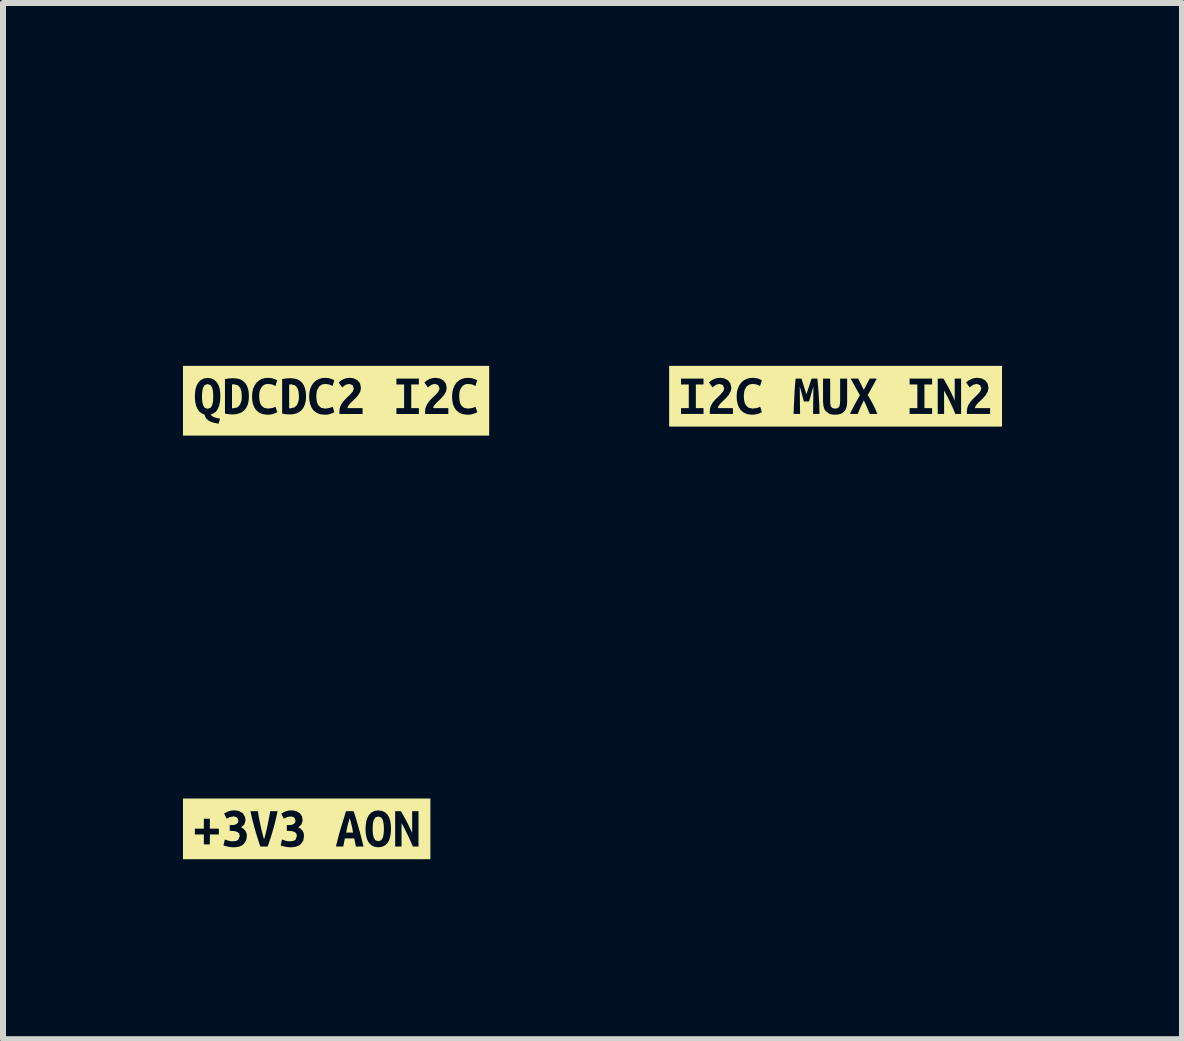
<source format=kicad_pcb>
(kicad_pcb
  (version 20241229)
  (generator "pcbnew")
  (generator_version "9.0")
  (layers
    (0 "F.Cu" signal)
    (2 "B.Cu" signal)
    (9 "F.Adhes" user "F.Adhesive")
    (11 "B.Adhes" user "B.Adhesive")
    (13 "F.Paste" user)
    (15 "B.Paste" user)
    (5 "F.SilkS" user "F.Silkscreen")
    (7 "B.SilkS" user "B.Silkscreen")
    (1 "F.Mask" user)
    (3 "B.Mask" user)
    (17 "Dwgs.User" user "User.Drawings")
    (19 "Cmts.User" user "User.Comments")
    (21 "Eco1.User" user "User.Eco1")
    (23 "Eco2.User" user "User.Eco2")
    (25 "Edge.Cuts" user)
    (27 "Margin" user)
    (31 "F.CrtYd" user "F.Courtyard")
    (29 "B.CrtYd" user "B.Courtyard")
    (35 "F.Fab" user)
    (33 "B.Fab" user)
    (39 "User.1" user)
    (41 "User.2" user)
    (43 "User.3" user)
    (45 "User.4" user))
  (footprint "kibuzzard-659D7295"
    (layer "F.Cu")
    (at 10.878 3.555)
    (property "Reference" "kibuzzard-659D7295" (at 0 -3.554 0) (layer "F.SilkS") (effects (font (size 0.001 0.001) (thickness 0.15))))
    (attr board_only exclude_from_pos_files exclude_from_bom)
    (fp_poly (pts (xy -2.576 -0.506) (xy -2.774 -0.506) (xy -2.774 0.506) (xy -2.576 0.506) (xy -2.576 0.295) (xy -2.576 0.198) (xy -2.447 0.198) (xy -2.447 -0.197) (xy -2.576 -0.197) (xy -2.576 -0.294) (xy -2.201 -0.294) (xy -2.201 -0.197) (xy -2.329 -0.197) (xy -2.329 0.198) (xy -2.201 0.198) (xy -2.201 0.295) (xy -2.576 0.295) (xy -2.576 0.506) (xy -1.711 0.506) (xy -1.711 0.295) (xy -2.095 0.295) (xy -2.098 0.271) (xy -2.097 0.251) (xy -2.093 0.206) (xy -2.08 0.164) (xy -2.06 0.125) (xy -2.035 0.09) (xy -2.007 0.057) (xy -1.977 0.027) (xy -1.947 -0.001) (xy -1.919 -0.029) (xy -1.874 -0.08) (xy -1.856 -0.13) (xy -1.878 -0.186) (xy -1.934 -0.206) (xy -1.992 -0.192) (xy -2.052 -0.148) (xy -2.11 -0.23) (xy -2.069 -0.264) (xy -2.022 -0.289) (xy -1.972 -0.303) (xy -1.922 -0.308) (xy -1.853 -0.297) (xy -1.794 -0.266) (xy -1.753 -0.213) (xy -1.737 -0.139) (xy -1.749 -0.08) (xy -1.779 -0.026) (xy -1.822 0.026) (xy -1.871 0.073) (xy -1.899 0.1) (xy -1.93 0.133) (xy -1.954 0.167) (xy -1.964 0.198) (xy -1.711 0.198) (xy -1.711 0.295) (xy -1.711 0.506) (xy -1.393 0.506) (xy -1.393 0.308) (xy -1.469 0.299) (xy -1.533 0.272) (xy -1.583 0.228) (xy -1.612 0.183) (xy -1.632 0.131) (xy -1.645 0.07) (xy -1.649 0) (xy -1.644 -0.069) (xy -1.629 -0.13) (xy -1.605 -0.183) (xy -1.573 -0.227) (xy -1.534 -0.262) (xy -1.488 -0.287) (xy -1.437 -0.303) (xy -1.381 -0.308) (xy -1.324 -0.302) (xy -1.28 -0.291) (xy -1.248 -0.276) (xy -1.229 -0.265) (xy -1.259 -0.171) (xy -1.312 -0.196) (xy -1.383 -0.206) (xy -1.437 -0.196) (xy -1.484 -0.162) (xy -1.517 -0.1) (xy -1.526 -0.056) (xy -1.53 -0.003) (xy -1.526 0.059) (xy -1.514 0.111) (xy -1.495 0.152) (xy -1.449 0.192) (xy -1.381 0.206) (xy -1.305 0.195) (xy -1.257 0.174) (xy -1.228 0.267) (xy -1.295 0.295) (xy -1.341 0.304) (xy -1.393 0.308) (xy -1.393 0.506) (xy -0.268 0.506) (xy -0.268 0.295) (xy -0.375 0.295) (xy -0.37 -0.163) (xy -0.442 0.087) (xy -0.528 0.087) (xy -0.597 -0.163) (xy -0.592 0.295) (xy -0.7 0.295) (xy -0.697 0.221) (xy -0.694 0.145) (xy -0.69 0.067) (xy -0.687 -0.01) (xy -0.683 -0.086) (xy -0.678 -0.16) (xy -0.672 -0.23) (xy -0.666 -0.294) (xy -0.569 -0.294) (xy -0.552 -0.243) (xy -0.531 -0.175) (xy -0.508 -0.102) (xy -0.486 -0.033) (xy -0.462 -0.106) (xy -0.438 -0.179) (xy -0.417 -0.244) (xy -0.4 -0.294) (xy -0.303 -0.294) (xy -0.296 -0.218) (xy -0.29 -0.144) (xy -0.284 -0.071) (xy -0.28 0.001) (xy -0.276 0.074) (xy -0.272 0.146) (xy -0.27 0.22) (xy -0.268 0.295) (xy -0.268 0.506) (xy -0.01 0.506) (xy -0.01 0.308) (xy -0.062 0.304) (xy -0.105 0.292) (xy -0.167 0.247) (xy -0.186 0.214) (xy -0.199 0.175) (xy -0.206 0.131) (xy -0.209 0.082) (xy -0.209 -0.294) (xy -0.09 -0.294) (xy -0.09 0.074) (xy -0.087 0.137) (xy -0.074 0.177) (xy -0.049 0.199) (xy -0.008 0.206) (xy 0.033 0.199) (xy 0.059 0.177) (xy 0.072 0.136) (xy 0.076 0.073) (xy 0.076 -0.294) (xy 0.193 -0.294) (xy 0.193 0.082) (xy 0.191 0.131) (xy 0.184 0.175) (xy 0.171 0.214) (xy 0.15 0.247) (xy 0.123 0.273) (xy 0.088 0.292) (xy 0.044 0.304) (xy -0.01 0.308) (xy -0.01 0.506) (xy 0.57 0.506) (xy 0.57 0.295) (xy 0.549 0.244) (xy 0.525 0.188) (xy 0.499 0.129) (xy 0.471 0.07) (xy 0.443 0.127) (xy 0.415 0.186) (xy 0.39 0.244) (xy 0.368 0.295) (xy 0.241 0.295) (xy 0.269 0.233) (xy 0.289 0.196) (xy 0.31 0.155) (xy 0.333 0.113) (xy 0.357 0.069) (xy 0.381 0.026) (xy 0.405 -0.016) (xy 0.251 -0.294) (xy 0.377 -0.294) (xy 0.471 -0.106) (xy 0.569 -0.294) (xy 0.687 -0.294) (xy 0.536 -0.019) (xy 0.562 0.023) (xy 0.587 0.067) (xy 0.611 0.111) (xy 0.633 0.154) (xy 0.653 0.195) (xy 0.671 0.233) (xy 0.696 0.295) (xy 0.57 0.295) (xy 0.57 0.506) (xy 1.234 0.506) (xy 1.234 0.295) (xy 1.234 0.198) (xy 1.363 0.198) (xy 1.363 -0.197) (xy 1.234 -0.197) (xy 1.234 -0.294) (xy 1.609 -0.294) (xy 1.609 -0.197) (xy 1.481 -0.197) (xy 1.481 0.198) (xy 1.609 0.198) (xy 1.609 0.295) (xy 1.234 0.295) (xy 1.234 0.506) (xy 1.997 0.506) (xy 1.997 0.295) (xy 1.97 0.23) (xy 1.941 0.165) (xy 1.91 0.1) (xy 1.878 0.034) (xy 1.844 -0.031) (xy 1.809 -0.096) (xy 1.809 0.295) (xy 1.703 0.295) (xy 1.703 -0.294) (xy 1.797 -0.294) (xy 1.824 -0.251) (xy 1.851 -0.203) (xy 1.877 -0.154) (xy 1.903 -0.106) (xy 1.927 -0.058) (xy 1.949 -0.011) (xy 1.969 0.031) (xy 1.986 0.069) (xy 1.986 -0.294) (xy 2.092 -0.294) (xy 2.092 0.295) (xy 1.997 0.295) (xy 1.997 0.506) (xy 2.576 0.506) (xy 2.576 0.295) (xy 2.191 0.295) (xy 2.188 0.271) (xy 2.189 0.251) (xy 2.193 0.206) (xy 2.206 0.164) (xy 2.226 0.125) (xy 2.251 0.09) (xy 2.279 0.057) (xy 2.309 0.027) (xy 2.339 -0.001) (xy 2.367 -0.029) (xy 2.412 -0.08) (xy 2.43 -0.13) (xy 2.408 -0.186) (xy 2.353 -0.206) (xy 2.295 -0.192) (xy 2.235 -0.148) (xy 2.176 -0.23) (xy 2.218 -0.264) (xy 2.265 -0.289) (xy 2.314 -0.303) (xy 2.364 -0.308) (xy 2.434 -0.297) (xy 2.493 -0.266) (xy 2.534 -0.213) (xy 2.549 -0.139) (xy 2.537 -0.08) (xy 2.507 -0.026) (xy 2.464 0.026) (xy 2.416 0.073) (xy 2.387 0.1) (xy 2.356 0.133) (xy 2.332 0.167) (xy 2.322 0.198) (xy 2.576 0.198) (xy 2.576 0.295) (xy 2.576 0.506) (xy 2.774 0.506) (xy 2.774 -0.506) (xy 2.576 -0.506) (xy -2.576 -0.506)) (stroke (width 0) (type solid)) (fill yes) (layer "F.SilkS")))
  (footprint "kibuzzard-659E9D4D"
    (layer "F.Cu")
    (at 2.062 10.766)
    (property "Reference" "kibuzzard-659E9D4D" (at 0 -3.554 0) (layer "F.SilkS") (effects (font (size 0.001 0.001) (thickness 0.15))))
    (attr board_only exclude_from_pos_files exclude_from_bom)
    (fp_poly (pts (xy 0.716 -0.18) (xy 0.699 -0.117) (xy 0.683 -0.058) (xy 0.67 0.001) (xy 0.658 0.062) (xy 0.773 0.062) (xy 0.762 0.001) (xy 0.749 -0.058) (xy 0.734 -0.117) (xy 0.716 -0.18)) (stroke (width 0) (type solid)) (fill yes) (layer "F.SilkS"))
    (fp_poly (pts (xy 1.1 0) (xy 1.101 0.042) (xy 1.103 0.08) (xy 1.117 0.146) (xy 1.145 0.19) (xy 1.193 0.206) (xy 1.242 0.19) (xy 1.27 0.145) (xy 1.283 0.08) (xy 1.286 0.041) (xy 1.287 0) (xy 1.286 -0.042) (xy 1.283 -0.08) (xy 1.27 -0.146) (xy 1.242 -0.19) (xy 1.193 -0.206) (xy 1.145 -0.19) (xy 1.117 -0.145) (xy 1.103 -0.08) (xy 1.101 -0.041) (xy 1.1 0)) (stroke (width 0) (type solid)) (fill yes) (layer "F.SilkS"))
    (fp_poly (pts (xy -1.864 -0.506) (xy -2.062 -0.506) (xy -2.062 0.506) (xy -1.864 0.506) (xy -1.614 0.506) (xy -1.614 0.259) (xy -1.714 0.259) (xy -1.714 0.093) (xy -1.864 0.093) (xy -1.864 -0.003) (xy -1.714 -0.003) (xy -1.714 -0.169) (xy -1.614 -0.169) (xy -1.614 -0.003) (xy -1.464 -0.003) (xy -1.464 0.093) (xy -1.614 0.093) (xy -1.614 0.259) (xy -1.614 0.506) (xy -1.223 0.506) (xy -1.223 0.308) (xy -1.269 0.304) (xy -1.316 0.296) (xy -1.357 0.286) (xy -1.387 0.275) (xy -1.364 0.177) (xy -1.307 0.197) (xy -1.269 0.205) (xy -1.224 0.208) (xy -1.173 0.201) (xy -1.14 0.182) (xy -1.115 0.118) (xy -1.125 0.078) (xy -1.153 0.053) (xy -1.195 0.039) (xy -1.247 0.034) (xy -1.283 0.034) (xy -1.283 -0.063) (xy -1.239 -0.063) (xy -1.203 -0.067) (xy -1.171 -0.079) (xy -1.147 -0.102) (xy -1.138 -0.138) (xy -1.158 -0.189) (xy -1.212 -0.208) (xy -1.278 -0.197) (xy -1.334 -0.17) (xy -1.376 -0.255) (xy -1.308 -0.29) (xy -1.263 -0.303) (xy -1.213 -0.308) (xy -1.166 -0.305) (xy -1.126 -0.295) (xy -1.066 -0.261) (xy -1.031 -0.208) (xy -1.019 -0.142) (xy -1.039 -0.074) (xy -1.093 -0.025) (xy -1.052 -0.001) (xy -1.022 0.031) (xy -1.003 0.072) (xy -0.996 0.12) (xy -1.01 0.195) (xy -1.051 0.255) (xy -1.082 0.277) (xy -1.121 0.294) (xy -1.168 0.304) (xy -1.223 0.308) (xy -1.223 0.506) (xy -0.772 0.506) (xy -0.772 0.295) (xy -0.796 0.225) (xy -0.821 0.147) (xy -0.838 0.091) (xy -0.854 0.036) (xy -0.87 -0.019) (xy -0.884 -0.072) (xy -0.898 -0.124) (xy -0.911 -0.174) (xy -0.926 -0.241) (xy -0.937 -0.294) (xy -0.813 -0.294) (xy -0.806 -0.245) (xy -0.796 -0.188) (xy -0.784 -0.127) (xy -0.771 -0.063) (xy -0.757 0.000476) (xy -0.742 0.063) (xy -0.726 0.123) (xy -0.711 0.175) (xy -0.695 0.123) (xy -0.68 0.064) (xy -0.665 0.001) (xy -0.652 -0.062) (xy -0.639 -0.126) (xy -0.627 -0.188) (xy -0.616 -0.245) (xy -0.608 -0.294) (xy -0.485 -0.294) (xy -0.498 -0.234) (xy -0.513 -0.167) (xy -0.531 -0.094) (xy -0.551 -0.019) (xy -0.566 0.033) (xy -0.582 0.086) (xy -0.598 0.14) (xy -0.616 0.193) (xy -0.633 0.245) (xy -0.652 0.295) (xy -0.772 0.295) (xy -0.772 0.506) (xy -0.271 0.506) (xy -0.271 0.308) (xy -0.317 0.304) (xy -0.363 0.296) (xy -0.405 0.286) (xy -0.434 0.275) (xy -0.411 0.177) (xy -0.355 0.197) (xy -0.317 0.205) (xy -0.271 0.208) (xy -0.22 0.201) (xy -0.187 0.182) (xy -0.163 0.118) (xy -0.172 0.078) (xy -0.2 0.053) (xy -0.242 0.039) (xy -0.294 0.034) (xy -0.331 0.034) (xy -0.331 -0.063) (xy -0.287 -0.063) (xy -0.251 -0.067) (xy -0.218 -0.079) (xy -0.195 -0.102) (xy -0.186 -0.138) (xy -0.205 -0.189) (xy -0.259 -0.208) (xy -0.325 -0.197) (xy -0.382 -0.17) (xy -0.424 -0.255) (xy -0.356 -0.29) (xy -0.311 -0.303) (xy -0.26 -0.308) (xy -0.214 -0.305) (xy -0.174 -0.295) (xy -0.113 -0.261) (xy -0.078 -0.208) (xy -0.067 -0.142) (xy -0.087 -0.074) (xy -0.14 -0.025) (xy -0.099 -0.001) (xy -0.069 0.031) (xy -0.05 0.072) (xy -0.044 0.12) (xy -0.057 0.195) (xy -0.098 0.255) (xy -0.13 0.277) (xy -0.169 0.294) (xy -0.216 0.304) (xy -0.271 0.308) (xy -0.271 0.506) (xy 0.821 0.506) (xy 0.821 0.295) (xy 0.793 0.159) (xy 0.636 0.159) (xy 0.61 0.295) (xy 0.488 0.295) (xy 0.504 0.227) (xy 0.521 0.161) (xy 0.538 0.097) (xy 0.555 0.036) (xy 0.572 -0.022) (xy 0.594 -0.093) (xy 0.615 -0.162) (xy 0.635 -0.229) (xy 0.655 -0.294) (xy 0.783 -0.294) (xy 0.804 -0.229) (xy 0.825 -0.161) (xy 0.846 -0.091) (xy 0.866 -0.02) (xy 0.883 0.04) (xy 0.899 0.101) (xy 0.915 0.164) (xy 0.931 0.228) (xy 0.947 0.295) (xy 0.821 0.295) (xy 0.821 0.506) (xy 1.194 0.506) (xy 1.194 0.308) (xy 1.131 0.299) (xy 1.078 0.273) (xy 1.036 0.23) (xy 1.012 0.187) (xy 0.995 0.134) (xy 0.984 0.072) (xy 0.981 0) (xy 0.985 -0.072) (xy 0.995 -0.134) (xy 1.013 -0.187) (xy 1.037 -0.23) (xy 1.08 -0.273) (xy 1.132 -0.299) (xy 1.193 -0.308) (xy 1.257 -0.299) (xy 1.31 -0.273) (xy 1.352 -0.23) (xy 1.375 -0.187) (xy 1.392 -0.134) (xy 1.402 -0.072) (xy 1.406 0) (xy 1.402 0.072) (xy 1.392 0.134) (xy 1.375 0.187) (xy 1.351 0.23) (xy 1.309 0.273) (xy 1.257 0.299) (xy 1.194 0.308) (xy 1.194 0.506) (xy 1.77 0.506) (xy 1.77 0.295) (xy 1.742 0.23) (xy 1.713 0.165) (xy 1.683 0.1) (xy 1.65 0.034) (xy 1.617 -0.031) (xy 1.581 -0.096) (xy 1.581 0.295) (xy 1.475 0.295) (xy 1.475 -0.294) (xy 1.57 -0.294) (xy 1.596 -0.251) (xy 1.623 -0.203) (xy 1.649 -0.154) (xy 1.675 -0.106) (xy 1.699 -0.058) (xy 1.722 -0.011) (xy 1.742 0.031) (xy 1.758 0.069) (xy 1.758 -0.294) (xy 1.864 -0.294) (xy 1.864 0.295) (xy 1.77 0.295) (xy 1.77 0.506) (xy 1.864 0.506) (xy 2.062 0.506) (xy 2.062 -0.506) (xy 1.864 -0.506) (xy -1.864 -0.506)) (stroke (width 0) (type solid)) (fill yes) (layer "F.SilkS")))
  (footprint "kibuzzard-659D7203"
    (layer "F.Cu")
    (at 2.552 3.63)
    (property "Reference" "kibuzzard-659D7203" (at 0 -3.629 0) (layer "F.SilkS") (effects (font (size 0.001 0.001) (thickness 0.15))))
    (attr board_only exclude_from_pos_files exclude_from_bom)
    (fp_poly (pts (xy -1.735 0.125) (xy -1.724 0.126) (xy -1.714 0.126) (xy -1.646 0.111) (xy -1.603 0.069) (xy -1.579 0.006) (xy -1.573 -0.033) (xy -1.572 -0.075) (xy -1.577 -0.149) (xy -1.597 -0.213) (xy -1.636 -0.257) (xy -1.7 -0.274) (xy -1.717 -0.273) (xy -1.735 -0.271) (xy -1.735 0.125)) (stroke (width 0) (type solid)) (fill yes) (layer "F.SilkS"))
    (fp_poly (pts (xy -0.782 0.125) (xy -0.772 0.126) (xy -0.761 0.126) (xy -0.694 0.111) (xy -0.65 0.069) (xy -0.626 0.006) (xy -0.621 -0.033) (xy -0.619 -0.075) (xy -0.625 -0.149) (xy -0.645 -0.213) (xy -0.684 -0.257) (xy -0.748 -0.274) (xy -0.765 -0.273) (xy -0.782 -0.271) (xy -0.782 0.125)) (stroke (width 0) (type solid)) (fill yes) (layer "F.SilkS"))
    (fp_poly (pts (xy -2.235 -0.072) (xy -2.234 -0.03) (xy -2.231 0.008) (xy -2.218 0.073) (xy -2.19 0.118) (xy -2.141 0.134) (xy -2.093 0.118) (xy -2.065 0.073) (xy -2.051 0.008) (xy -2.049 -0.03) (xy -2.048 -0.072) (xy -2.049 -0.113) (xy -2.051 -0.152) (xy -2.065 -0.218) (xy -2.093 -0.261) (xy -2.141 -0.278) (xy -2.19 -0.261) (xy -2.218 -0.217) (xy -2.231 -0.152) (xy -2.234 -0.113) (xy -2.235 -0.072)) (stroke (width 0) (type solid)) (fill yes) (layer "F.SilkS"))
    (fp_poly (pts (xy -2.354 -0.581) (xy -2.552 -0.581) (xy -2.552 0.581) (xy -2.354 0.581) (xy -1.958 0.581) (xy -1.958 0.382) (xy -2.027 0.37) (xy -2.083 0.353) (xy -2.126 0.331) (xy -2.172 0.288) (xy -2.194 0.229) (xy -2.241 0.21) (xy -2.281 0.178) (xy -2.312 0.134) (xy -2.335 0.078) (xy -2.349 0.009) (xy -2.354 -0.072) (xy -2.35 -0.143) (xy -2.34 -0.206) (xy -2.322 -0.258) (xy -2.297 -0.302) (xy -2.255 -0.345) (xy -2.203 -0.371) (xy -2.141 -0.38) (xy -2.078 -0.371) (xy -2.025 -0.345) (xy -1.983 -0.302) (xy -1.959 -0.258) (xy -1.942 -0.206) (xy -1.932 -0.143) (xy -1.929 -0.072) (xy -1.934 0.011) (xy -1.948 0.081) (xy -1.972 0.138) (xy -2.004 0.183) (xy -2.046 0.213) (xy -2.095 0.231) (xy -2.045 0.271) (xy -1.997 0.285) (xy -1.934 0.299) (xy -1.958 0.382) (xy -1.958 0.581) (xy -1.726 0.581) (xy -1.726 0.228) (xy -1.787 0.225) (xy -1.852 0.214) (xy -1.852 -0.361) (xy -1.776 -0.373) (xy -1.711 -0.376) (xy -1.655 -0.371) (xy -1.604 -0.359) (xy -1.56 -0.337) (xy -1.523 -0.305) (xy -1.493 -0.263) (xy -1.471 -0.211) (xy -1.457 -0.149) (xy -1.453 -0.075) (xy -1.458 0.001) (xy -1.473 0.065) (xy -1.497 0.117) (xy -1.53 0.159) (xy -1.569 0.19) (xy -1.616 0.211) (xy -1.668 0.224) (xy -1.726 0.228) (xy -1.726 0.581) (xy -1.145 0.581) (xy -1.145 0.233) (xy -1.222 0.224) (xy -1.285 0.197) (xy -1.335 0.153) (xy -1.364 0.109) (xy -1.385 0.056) (xy -1.397 -0.005) (xy -1.401 -0.075) (xy -1.396 -0.144) (xy -1.381 -0.205) (xy -1.357 -0.258) (xy -1.325 -0.302) (xy -1.286 -0.337) (xy -1.241 -0.362) (xy -1.189 -0.377) (xy -1.133 -0.382) (xy -1.077 -0.377) (xy -1.033 -0.365) (xy -1.001 -0.351) (xy -0.981 -0.34) (xy -1.012 -0.246) (xy -1.064 -0.271) (xy -1.135 -0.281) (xy -1.189 -0.271) (xy -1.236 -0.237) (xy -1.269 -0.175) (xy -1.279 -0.131) (xy -1.282 -0.078) (xy -1.278 -0.016) (xy -1.267 0.036) (xy -1.247 0.077) (xy -1.201 0.118) (xy -1.133 0.131) (xy -1.058 0.12) (xy -1.01 0.1) (xy -0.98 0.192) (xy -1.047 0.22) (xy -1.093 0.23) (xy -1.145 0.233) (xy -1.145 0.581) (xy -0.773 0.581) (xy -0.773 0.228) (xy -0.835 0.225) (xy -0.899 0.214) (xy -0.899 -0.361) (xy -0.824 -0.373) (xy -0.758 -0.376) (xy -0.703 -0.371) (xy -0.652 -0.359) (xy -0.608 -0.337) (xy -0.571 -0.305) (xy -0.541 -0.263) (xy -0.519 -0.211) (xy -0.505 -0.149) (xy -0.5 -0.075) (xy -0.505 0.001) (xy -0.521 0.065) (xy -0.545 0.117) (xy -0.577 0.159) (xy -0.617 0.19) (xy -0.663 0.211) (xy -0.716 0.224) (xy -0.773 0.228) (xy -0.773 0.581) (xy -0.192 0.581) (xy -0.192 0.233) (xy -0.269 0.224) (xy -0.333 0.197) (xy -0.383 0.153) (xy -0.412 0.109) (xy -0.432 0.056) (xy -0.445 -0.005) (xy -0.449 -0.075) (xy -0.444 -0.144) (xy -0.429 -0.205) (xy -0.405 -0.258) (xy -0.373 -0.302) (xy -0.334 -0.337) (xy -0.288 -0.362) (xy -0.237 -0.377) (xy -0.181 -0.382) (xy -0.124 -0.377) (xy -0.08 -0.365) (xy -0.048 -0.351) (xy -0.029 -0.34) (xy -0.059 -0.246) (xy -0.112 -0.271) (xy -0.183 -0.281) (xy -0.237 -0.271) (xy -0.283 -0.237) (xy -0.317 -0.175) (xy -0.326 -0.131) (xy -0.33 -0.078) (xy -0.326 -0.016) (xy -0.314 0.036) (xy -0.295 0.077) (xy -0.249 0.118) (xy -0.181 0.131) (xy -0.105 0.12) (xy -0.057 0.1) (xy -0.028 0.192) (xy -0.095 0.22) (xy -0.14 0.23) (xy -0.192 0.233) (xy -0.192 0.581) (xy 0.442 0.581) (xy 0.442 0.221) (xy 0.057 0.221) (xy 0.055 0.197) (xy 0.055 0.177) (xy 0.06 0.131) (xy 0.073 0.089) (xy 0.093 0.051) (xy 0.118 0.015) (xy 0.146 -0.017) (xy 0.176 -0.048) (xy 0.206 -0.076) (xy 0.234 -0.103) (xy 0.279 -0.155) (xy 0.296 -0.205) (xy 0.274 -0.261) (xy 0.219 -0.281) (xy 0.161 -0.267) (xy 0.101 -0.222) (xy 0.043 -0.304) (xy 0.084 -0.339) (xy 0.131 -0.363) (xy 0.181 -0.378) (xy 0.231 -0.382) (xy 0.3 -0.372) (xy 0.359 -0.341) (xy 0.4 -0.288) (xy 0.415 -0.214) (xy 0.404 -0.155) (xy 0.373 -0.1) (xy 0.331 -0.049) (xy 0.282 -0.001) (xy 0.253 0.026) (xy 0.223 0.058) (xy 0.199 0.092) (xy 0.189 0.123) (xy 0.442 0.123) (xy 0.442 0.221) (xy 0.442 0.581) (xy 1.006 0.581) (xy 1.006 0.221) (xy 1.006 0.123) (xy 1.134 0.123) (xy 1.134 -0.272) (xy 1.006 -0.272) (xy 1.006 -0.369) (xy 1.38 -0.369) (xy 1.38 -0.272) (xy 1.253 -0.272) (xy 1.253 0.123) (xy 1.38 0.123) (xy 1.38 0.221) (xy 1.006 0.221) (xy 1.006 0.581) (xy 1.871 0.581) (xy 1.871 0.221) (xy 1.486 0.221) (xy 1.484 0.197) (xy 1.484 0.177) (xy 1.488 0.131) (xy 1.502 0.089) (xy 1.522 0.051) (xy 1.546 0.015) (xy 1.574 -0.017) (xy 1.604 -0.048) (xy 1.634 -0.076) (xy 1.663 -0.103) (xy 1.707 -0.155) (xy 1.725 -0.205) (xy 1.703 -0.261) (xy 1.648 -0.281) (xy 1.59 -0.267) (xy 1.53 -0.222) (xy 1.472 -0.304) (xy 1.513 -0.339) (xy 1.56 -0.363) (xy 1.61 -0.378) (xy 1.659 -0.382) (xy 1.729 -0.372) (xy 1.788 -0.341) (xy 1.829 -0.288) (xy 1.844 -0.214) (xy 1.833 -0.155) (xy 1.802 -0.1) (xy 1.759 -0.049) (xy 1.711 -0.001) (xy 1.682 0.026) (xy 1.652 0.058) (xy 1.627 0.092) (xy 1.617 0.123) (xy 1.871 0.123) (xy 1.871 0.221) (xy 1.871 0.581) (xy 2.189 0.581) (xy 2.189 0.233) (xy 2.112 0.224) (xy 2.049 0.197) (xy 1.998 0.153) (xy 1.97 0.109) (xy 1.949 0.056) (xy 1.937 -0.005) (xy 1.933 -0.075) (xy 1.938 -0.144) (xy 1.953 -0.205) (xy 1.977 -0.258) (xy 2.008 -0.302) (xy 2.047 -0.337) (xy 2.093 -0.362) (xy 2.144 -0.377) (xy 2.2 -0.382) (xy 2.257 -0.377) (xy 2.301 -0.365) (xy 2.333 -0.351) (xy 2.353 -0.34) (xy 2.322 -0.246) (xy 2.269 -0.271) (xy 2.198 -0.281) (xy 2.145 -0.271) (xy 2.098 -0.237) (xy 2.065 -0.175) (xy 2.055 -0.131) (xy 2.052 -0.078) (xy 2.056 -0.016) (xy 2.067 0.036) (xy 2.086 0.077) (xy 2.132 0.118) (xy 2.2 0.131) (xy 2.276 0.12) (xy 2.324 0.1) (xy 2.354 0.192) (xy 2.286 0.22) (xy 2.241 0.23) (xy 2.189 0.233) (xy 2.189 0.581) (xy 2.354 0.581) (xy 2.552 0.581) (xy 2.552 -0.581) (xy 2.354 -0.581) (xy -2.354 -0.581)) (stroke (width 0) (type solid)) (fill yes) (layer "F.SilkS")))
  (gr_rect
    (start -3 -3)
    (end 16.652 14.272)
    (stroke (width 0.1) (type default))
    (fill no)
    (layer "Edge.Cuts")))
</source>
